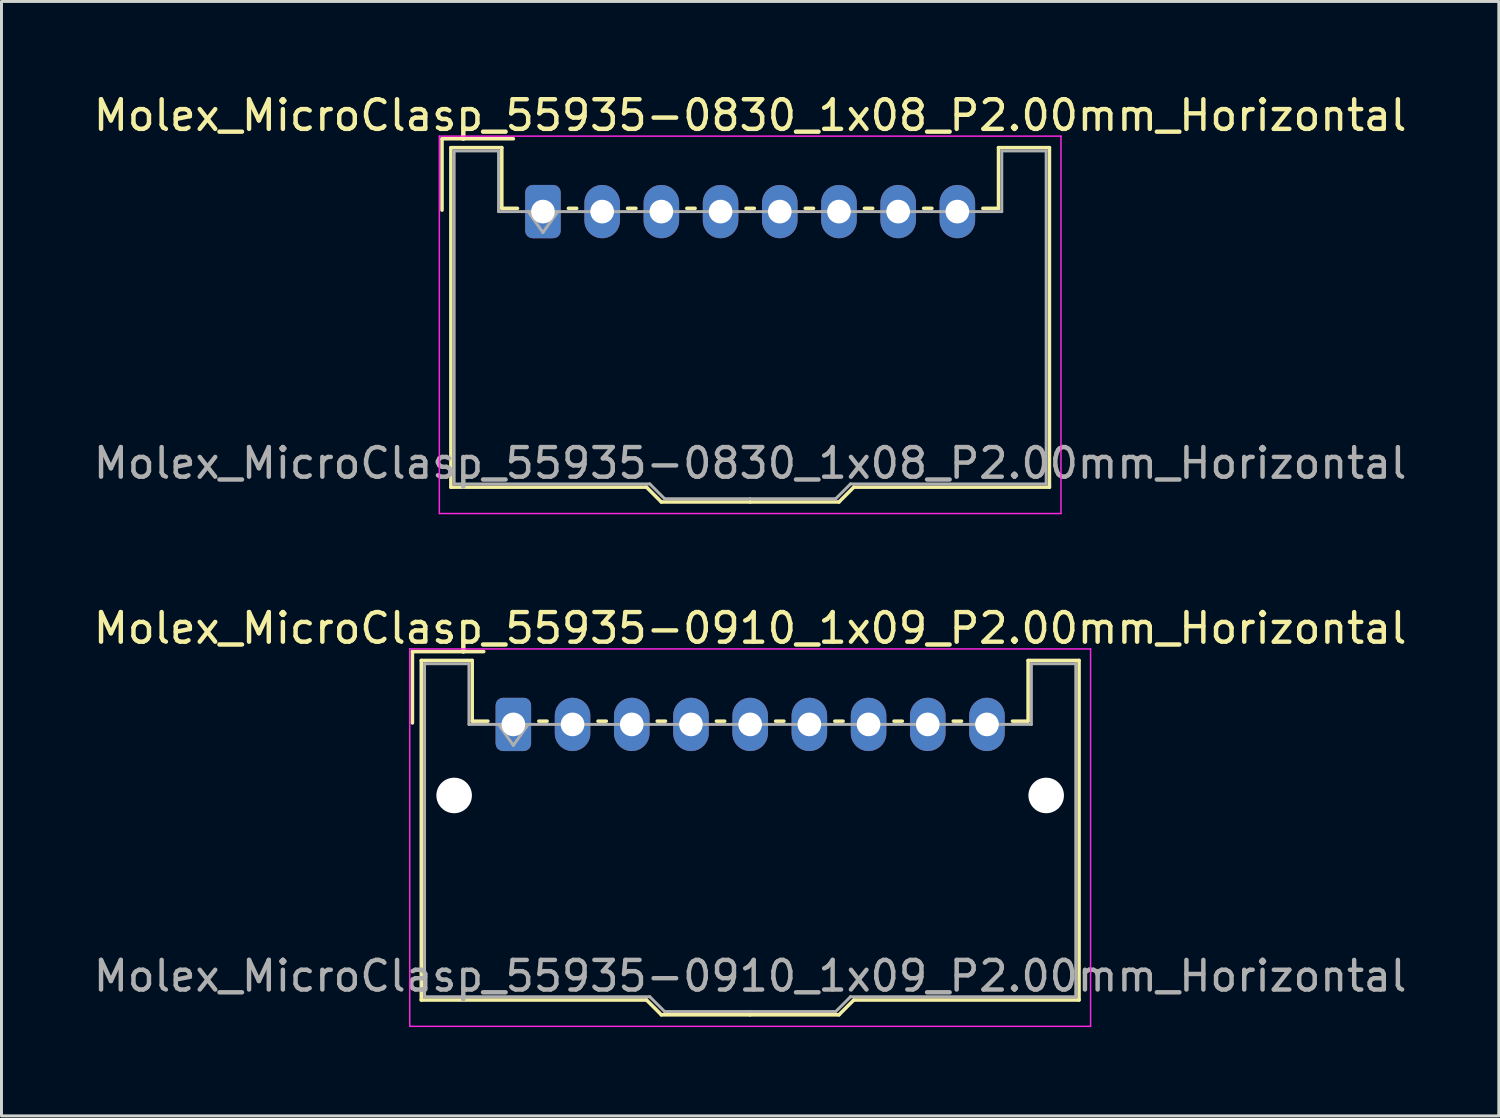
<source format=kicad_pcb>
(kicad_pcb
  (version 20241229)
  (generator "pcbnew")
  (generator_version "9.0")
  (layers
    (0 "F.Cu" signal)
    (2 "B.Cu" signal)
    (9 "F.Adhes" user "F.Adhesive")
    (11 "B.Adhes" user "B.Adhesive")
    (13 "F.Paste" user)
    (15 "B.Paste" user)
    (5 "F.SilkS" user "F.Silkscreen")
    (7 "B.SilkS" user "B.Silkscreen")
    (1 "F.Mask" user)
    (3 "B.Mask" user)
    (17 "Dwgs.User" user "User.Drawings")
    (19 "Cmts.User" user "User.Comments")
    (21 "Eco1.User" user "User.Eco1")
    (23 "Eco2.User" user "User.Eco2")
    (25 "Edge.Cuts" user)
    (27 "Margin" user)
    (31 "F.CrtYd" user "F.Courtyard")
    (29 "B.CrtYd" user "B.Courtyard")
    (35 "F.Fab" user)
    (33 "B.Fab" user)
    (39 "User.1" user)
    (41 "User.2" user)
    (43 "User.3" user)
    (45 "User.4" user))
  (footprint "Molex_MicroClasp_55935-0910_1x09_P2.00mm_Horizontal"
    (layer "F.Cu")
    (at 14.292 21.422)
    (property "Reference" "Molex_MicroClasp_55935-0910_1x09_P2.00mm_Horizontal" (at 8 -3.25 0) (layer "F.SilkS") (effects (font (size 1 1) (thickness 0.15))))
    (attr through_hole)
    (fp_line (start -3.41 -2.46) (end -1 -2.46) (stroke (width 0.12) (type solid)) (layer "F.SilkS"))
    (fp_line (start -3.41 -0.05) (end -3.41 -2.46) (stroke (width 0.12) (type solid)) (layer "F.SilkS"))
    (fp_line (start -3.11 -2.16) (end -1.39 -2.16) (stroke (width 0.12) (type solid)) (layer "F.SilkS"))
    (fp_line (start -3.11 9.31) (end -3.11 -2.16) (stroke (width 0.12) (type solid)) (layer "F.SilkS"))
    (fp_line (start -1.39 -2.16) (end -1.39 -0.11) (stroke (width 0.12) (type solid)) (layer "F.SilkS"))
    (fp_line (start -1.39 -0.11) (end -0.86 -0.11) (stroke (width 0.12) (type solid)) (layer "F.SilkS"))
    (fp_line (start 0.86 -0.11) (end 1.14 -0.11) (stroke (width 0.12) (type solid)) (layer "F.SilkS"))
    (fp_line (start 2.86 -0.11) (end 3.14 -0.11) (stroke (width 0.12) (type solid)) (layer "F.SilkS"))
    (fp_line (start 4.5 9.31) (end -3.11 9.31) (stroke (width 0.12) (type solid)) (layer "F.SilkS"))
    (fp_line (start 4.86 -0.11) (end 5.14 -0.11) (stroke (width 0.12) (type solid)) (layer "F.SilkS"))
    (fp_line (start 5 9.81) (end 4.5 9.31) (stroke (width 0.12) (type solid)) (layer "F.SilkS"))
    (fp_line (start 6.86 -0.11) (end 7.14 -0.11) (stroke (width 0.12) (type solid)) (layer "F.SilkS"))
    (fp_line (start 8 9.81) (end 5 9.81) (stroke (width 0.12) (type solid)) (layer "F.SilkS"))
    (fp_line (start 8 9.81) (end 11 9.81) (stroke (width 0.12) (type solid)) (layer "F.SilkS"))
    (fp_line (start 8.86 -0.11) (end 9.14 -0.11) (stroke (width 0.12) (type solid)) (layer "F.SilkS"))
    (fp_line (start 10.86 -0.11) (end 11.14 -0.11) (stroke (width 0.12) (type solid)) (layer "F.SilkS"))
    (fp_line (start 11 9.81) (end 11.5 9.31) (stroke (width 0.12) (type solid)) (layer "F.SilkS"))
    (fp_line (start 11.5 9.31) (end 19.11 9.31) (stroke (width 0.12) (type solid)) (layer "F.SilkS"))
    (fp_line (start 12.86 -0.11) (end 13.14 -0.11) (stroke (width 0.12) (type solid)) (layer "F.SilkS"))
    (fp_line (start 14.86 -0.11) (end 15.14 -0.11) (stroke (width 0.12) (type solid)) (layer "F.SilkS"))
    (fp_line (start 17.39 -2.16) (end 17.39 -0.11) (stroke (width 0.12) (type solid)) (layer "F.SilkS"))
    (fp_line (start 17.39 -0.11) (end 16.86 -0.11) (stroke (width 0.12) (type solid)) (layer "F.SilkS"))
    (fp_line (start 19.11 -2.16) (end 17.39 -2.16) (stroke (width 0.12) (type solid)) (layer "F.SilkS"))
    (fp_line (start 19.11 9.31) (end 19.11 -2.16) (stroke (width 0.12) (type solid)) (layer "F.SilkS"))
    (fp_line (start -3.5 -2.55) (end -3.5 10.2) (stroke (width 0.05) (type solid)) (layer "F.CrtYd"))
    (fp_line (start -3.5 10.2) (end 19.5 10.2) (stroke (width 0.05) (type solid)) (layer "F.CrtYd"))
    (fp_line (start 19.5 -2.55) (end -3.5 -2.55) (stroke (width 0.05) (type solid)) (layer "F.CrtYd"))
    (fp_line (start 19.5 10.2) (end 19.5 -2.55) (stroke (width 0.05) (type solid)) (layer "F.CrtYd"))
    (fp_line (start -3 -2.05) (end -1.5 -2.05) (stroke (width 0.1) (type solid)) (layer "F.Fab"))
    (fp_line (start -3 9.2) (end -3 -2.05) (stroke (width 0.1) (type solid)) (layer "F.Fab"))
    (fp_line (start -1.5 -2.05) (end -1.5 0) (stroke (width 0.1) (type solid)) (layer "F.Fab"))
    (fp_line (start -1.5 0) (end 8 0) (stroke (width 0.1) (type solid)) (layer "F.Fab"))
    (fp_line (start -0.5 0) (end 0 0.707) (stroke (width 0.1) (type solid)) (layer "F.Fab"))
    (fp_line (start 0 0.707) (end 0.5 0) (stroke (width 0.1) (type solid)) (layer "F.Fab"))
    (fp_line (start 4.61 9.2) (end -3 9.2) (stroke (width 0.1) (type solid)) (layer "F.Fab"))
    (fp_line (start 5.11 9.7) (end 4.61 9.2) (stroke (width 0.1) (type solid)) (layer "F.Fab"))
    (fp_line (start 8 9.7) (end 5.11 9.7) (stroke (width 0.1) (type solid)) (layer "F.Fab"))
    (fp_line (start 8 9.7) (end 10.89 9.7) (stroke (width 0.1) (type solid)) (layer "F.Fab"))
    (fp_line (start 10.89 9.7) (end 11.39 9.2) (stroke (width 0.1) (type solid)) (layer "F.Fab"))
    (fp_line (start 11.39 9.2) (end 19 9.2) (stroke (width 0.1) (type solid)) (layer "F.Fab"))
    (fp_line (start 17.5 -2.05) (end 17.5 0) (stroke (width 0.1) (type solid)) (layer "F.Fab"))
    (fp_line (start 17.5 0) (end 8 0) (stroke (width 0.1) (type solid)) (layer "F.Fab"))
    (fp_line (start 19 -2.05) (end 17.5 -2.05) (stroke (width 0.1) (type solid)) (layer "F.Fab"))
    (fp_line (start 19 9.2) (end 19 -2.05) (stroke (width 0.1) (type solid)) (layer "F.Fab"))
    (fp_text user "${REFERENCE}" (at 8 8.5 0) (layer "F.Fab") (effects (font (size 1 1) (thickness 0.15))))
    (pad "" np_thru_hole circle (at -2 2.4) (size 1.2 1.2) (drill 1.2) (layers "*.Cu" "*.Mask"))
    (pad "" np_thru_hole circle (at 18 2.4) (size 1.2 1.2) (drill 1.2) (layers "*.Cu" "*.Mask"))
    (pad "1" thru_hole roundrect (at 0 0) (size 1.2 1.8) (drill 0.8) (layers "*.Cu" "*.Mask") (roundrect_rratio 0.208))
    (pad "2" thru_hole oval (at 2 0) (size 1.2 1.8) (drill 0.8) (layers "*.Cu" "*.Mask"))
    (pad "3" thru_hole oval (at 4 0) (size 1.2 1.8) (drill 0.8) (layers "*.Cu" "*.Mask"))
    (pad "4" thru_hole oval (at 6 0) (size 1.2 1.8) (drill 0.8) (layers "*.Cu" "*.Mask"))
    (pad "5" thru_hole oval (at 8 0) (size 1.2 1.8) (drill 0.8) (layers "*.Cu" "*.Mask"))
    (pad "6" thru_hole oval (at 10 0) (size 1.2 1.8) (drill 0.8) (layers "*.Cu" "*.Mask"))
    (pad "7" thru_hole oval (at 12 0) (size 1.2 1.8) (drill 0.8) (layers "*.Cu" "*.Mask"))
    (pad "8" thru_hole oval (at 14 0) (size 1.2 1.8) (drill 0.8) (layers "*.Cu" "*.Mask"))
    (pad "9" thru_hole oval (at 16 0) (size 1.2 1.8) (drill 0.8) (layers "*.Cu" "*.Mask")))
  (footprint "Molex_MicroClasp_55935-0830_1x08_P2.00mm_Horizontal"
    (layer "F.Cu")
    (at 15.292 4.098)
    (property "Reference" "Molex_MicroClasp_55935-0830_1x08_P2.00mm_Horizontal" (at 7 -3.25 0) (layer "F.SilkS") (effects (font (size 1 1) (thickness 0.15))))
    (attr through_hole)
    (fp_line (start -3.41 -2.46) (end -1 -2.46) (stroke (width 0.12) (type solid)) (layer "F.SilkS"))
    (fp_line (start -3.41 -0.05) (end -3.41 -2.46) (stroke (width 0.12) (type solid)) (layer "F.SilkS"))
    (fp_line (start -3.11 -2.16) (end -1.39 -2.16) (stroke (width 0.12) (type solid)) (layer "F.SilkS"))
    (fp_line (start -3.11 9.31) (end -3.11 -2.16) (stroke (width 0.12) (type solid)) (layer "F.SilkS"))
    (fp_line (start -1.39 -2.16) (end -1.39 -0.11) (stroke (width 0.12) (type solid)) (layer "F.SilkS"))
    (fp_line (start -1.39 -0.11) (end -0.86 -0.11) (stroke (width 0.12) (type solid)) (layer "F.SilkS"))
    (fp_line (start 0.86 -0.11) (end 1.14 -0.11) (stroke (width 0.12) (type solid)) (layer "F.SilkS"))
    (fp_line (start 2.86 -0.11) (end 3.14 -0.11) (stroke (width 0.12) (type solid)) (layer "F.SilkS"))
    (fp_line (start 3.5 9.31) (end -3.11 9.31) (stroke (width 0.12) (type solid)) (layer "F.SilkS"))
    (fp_line (start 4 9.81) (end 3.5 9.31) (stroke (width 0.12) (type solid)) (layer "F.SilkS"))
    (fp_line (start 4.86 -0.11) (end 5.14 -0.11) (stroke (width 0.12) (type solid)) (layer "F.SilkS"))
    (fp_line (start 6.86 -0.11) (end 7.14 -0.11) (stroke (width 0.12) (type solid)) (layer "F.SilkS"))
    (fp_line (start 7 9.81) (end 4 9.81) (stroke (width 0.12) (type solid)) (layer "F.SilkS"))
    (fp_line (start 7 9.81) (end 10 9.81) (stroke (width 0.12) (type solid)) (layer "F.SilkS"))
    (fp_line (start 8.86 -0.11) (end 9.14 -0.11) (stroke (width 0.12) (type solid)) (layer "F.SilkS"))
    (fp_line (start 10 9.81) (end 10.5 9.31) (stroke (width 0.12) (type solid)) (layer "F.SilkS"))
    (fp_line (start 10.5 9.31) (end 17.11 9.31) (stroke (width 0.12) (type solid)) (layer "F.SilkS"))
    (fp_line (start 10.86 -0.11) (end 11.14 -0.11) (stroke (width 0.12) (type solid)) (layer "F.SilkS"))
    (fp_line (start 12.86 -0.11) (end 13.14 -0.11) (stroke (width 0.12) (type solid)) (layer "F.SilkS"))
    (fp_line (start 15.39 -2.16) (end 15.39 -0.11) (stroke (width 0.12) (type solid)) (layer "F.SilkS"))
    (fp_line (start 15.39 -0.11) (end 14.86 -0.11) (stroke (width 0.12) (type solid)) (layer "F.SilkS"))
    (fp_line (start 17.11 -2.16) (end 15.39 -2.16) (stroke (width 0.12) (type solid)) (layer "F.SilkS"))
    (fp_line (start 17.11 9.31) (end 17.11 -2.16) (stroke (width 0.12) (type solid)) (layer "F.SilkS"))
    (fp_line (start -3.5 -2.55) (end -3.5 10.2) (stroke (width 0.05) (type solid)) (layer "F.CrtYd"))
    (fp_line (start -3.5 10.2) (end 17.5 10.2) (stroke (width 0.05) (type solid)) (layer "F.CrtYd"))
    (fp_line (start 17.5 -2.55) (end -3.5 -2.55) (stroke (width 0.05) (type solid)) (layer "F.CrtYd"))
    (fp_line (start 17.5 10.2) (end 17.5 -2.55) (stroke (width 0.05) (type solid)) (layer "F.CrtYd"))
    (fp_line (start -3 -2.05) (end -1.5 -2.05) (stroke (width 0.1) (type solid)) (layer "F.Fab"))
    (fp_line (start -3 9.2) (end -3 -2.05) (stroke (width 0.1) (type solid)) (layer "F.Fab"))
    (fp_line (start -1.5 -2.05) (end -1.5 0) (stroke (width 0.1) (type solid)) (layer "F.Fab"))
    (fp_line (start -1.5 0) (end 7 0) (stroke (width 0.1) (type solid)) (layer "F.Fab"))
    (fp_line (start -0.5 0) (end 0 0.707) (stroke (width 0.1) (type solid)) (layer "F.Fab"))
    (fp_line (start 0 0.707) (end 0.5 0) (stroke (width 0.1) (type solid)) (layer "F.Fab"))
    (fp_line (start 3.61 9.2) (end -3 9.2) (stroke (width 0.1) (type solid)) (layer "F.Fab"))
    (fp_line (start 4.11 9.7) (end 3.61 9.2) (stroke (width 0.1) (type solid)) (layer "F.Fab"))
    (fp_line (start 7 9.7) (end 4.11 9.7) (stroke (width 0.1) (type solid)) (layer "F.Fab"))
    (fp_line (start 7 9.7) (end 9.89 9.7) (stroke (width 0.1) (type solid)) (layer "F.Fab"))
    (fp_line (start 9.89 9.7) (end 10.39 9.2) (stroke (width 0.1) (type solid)) (layer "F.Fab"))
    (fp_line (start 10.39 9.2) (end 17 9.2) (stroke (width 0.1) (type solid)) (layer "F.Fab"))
    (fp_line (start 15.5 -2.05) (end 15.5 0) (stroke (width 0.1) (type solid)) (layer "F.Fab"))
    (fp_line (start 15.5 0) (end 7 0) (stroke (width 0.1) (type solid)) (layer "F.Fab"))
    (fp_line (start 17 -2.05) (end 15.5 -2.05) (stroke (width 0.1) (type solid)) (layer "F.Fab"))
    (fp_line (start 17 9.2) (end 17 -2.05) (stroke (width 0.1) (type solid)) (layer "F.Fab"))
    (fp_text user "${REFERENCE}" (at 7 8.5 0) (layer "F.Fab") (effects (font (size 1 1) (thickness 0.15))))
    (pad "1" thru_hole roundrect (at 0 0) (size 1.2 1.8) (drill 0.8) (layers "*.Cu" "*.Mask") (roundrect_rratio 0.208))
    (pad "2" thru_hole oval (at 2 0) (size 1.2 1.8) (drill 0.8) (layers "*.Cu" "*.Mask"))
    (pad "3" thru_hole oval (at 4 0) (size 1.2 1.8) (drill 0.8) (layers "*.Cu" "*.Mask"))
    (pad "4" thru_hole oval (at 6 0) (size 1.2 1.8) (drill 0.8) (layers "*.Cu" "*.Mask"))
    (pad "5" thru_hole oval (at 8 0) (size 1.2 1.8) (drill 0.8) (layers "*.Cu" "*.Mask"))
    (pad "6" thru_hole oval (at 10 0) (size 1.2 1.8) (drill 0.8) (layers "*.Cu" "*.Mask"))
    (pad "7" thru_hole oval (at 12 0) (size 1.2 1.8) (drill 0.8) (layers "*.Cu" "*.Mask"))
    (pad "8" thru_hole oval (at 14 0) (size 1.2 1.8) (drill 0.8) (layers "*.Cu" "*.Mask")))
  (gr_rect
    (start -3 -3)
    (end 47.583 34.647)
    (stroke (width 0.1) (type default))
    (fill no)
    (layer "Edge.Cuts")))
</source>
